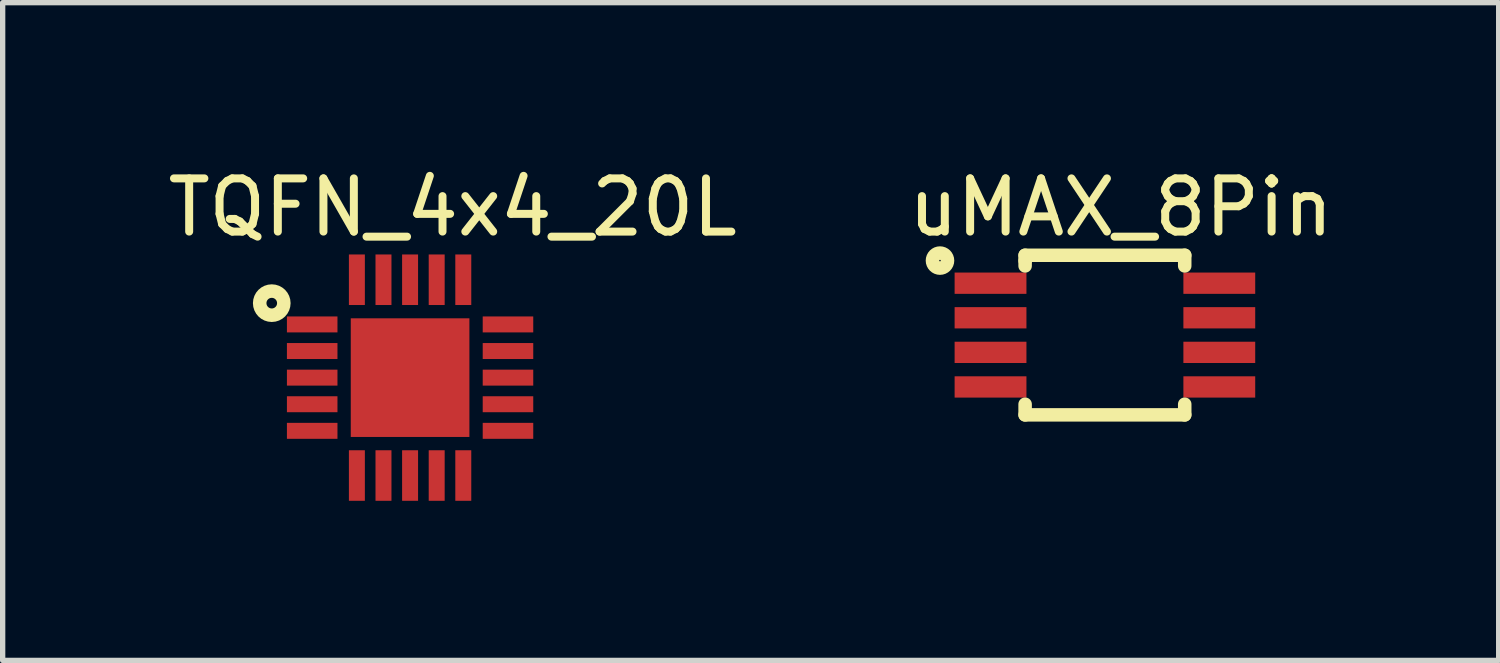
<source format=kicad_pcb>
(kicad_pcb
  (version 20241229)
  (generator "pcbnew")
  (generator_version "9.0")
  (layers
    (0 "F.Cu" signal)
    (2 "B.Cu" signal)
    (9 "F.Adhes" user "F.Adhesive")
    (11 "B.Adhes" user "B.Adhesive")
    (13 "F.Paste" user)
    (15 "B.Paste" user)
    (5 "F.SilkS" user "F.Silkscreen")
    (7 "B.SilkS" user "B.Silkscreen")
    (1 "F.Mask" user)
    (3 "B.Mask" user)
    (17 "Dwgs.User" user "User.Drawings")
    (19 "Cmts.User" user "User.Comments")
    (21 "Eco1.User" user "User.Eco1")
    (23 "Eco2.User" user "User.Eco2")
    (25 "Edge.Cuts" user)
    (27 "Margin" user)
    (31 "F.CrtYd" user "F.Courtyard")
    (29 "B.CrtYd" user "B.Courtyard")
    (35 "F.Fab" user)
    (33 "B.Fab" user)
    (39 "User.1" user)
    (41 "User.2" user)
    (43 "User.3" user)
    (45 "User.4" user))
  (footprint "TQFN_4x4_20L"
    (layer "F.Cu")
    (at 4.658 4.048)
    (property "Reference" "TQFN_4x4_20L" (at 0.8 -3.2 0) (layer "F.SilkS") (effects (font (size 1 1) (thickness 0.15))))
    (attr through_hole)
    (fp_circle (center -2.6 -1.4) (end -2.5 -1.4) (stroke (width 0.254) (type solid)) (fill no) (layer "F.SilkS"))
    (pad "1" smd rect (at -1.84 -1) (size 0.95 0.3) (layers "F.Cu" "F.Mask" "F.Paste"))
    (pad "2" smd rect (at -1.84 -0.5) (size 0.95 0.3) (layers "F.Cu" "F.Mask" "F.Paste"))
    (pad "3" smd rect (at -1.84 0) (size 0.95 0.3) (layers "F.Cu" "F.Mask" "F.Paste"))
    (pad "4" smd rect (at -1.84 0.5) (size 0.95 0.3) (layers "F.Cu" "F.Mask" "F.Paste"))
    (pad "5" smd rect (at -1.84 1) (size 0.95 0.3) (layers "F.Cu" "F.Mask" "F.Paste"))
    (pad "6" smd rect (at -1 1.84 90) (size 0.95 0.3) (layers "F.Cu" "F.Mask" "F.Paste"))
    (pad "7" smd rect (at -0.5 1.84 90) (size 0.95 0.3) (layers "F.Cu" "F.Mask" "F.Paste"))
    (pad "8" smd rect (at 0 1.84 90) (size 0.95 0.3) (layers "F.Cu" "F.Mask" "F.Paste"))
    (pad "9" smd rect (at 0.5 1.84 90) (size 0.95 0.3) (layers "F.Cu" "F.Mask" "F.Paste"))
    (pad "10" smd rect (at 1 1.84 90) (size 0.95 0.3) (layers "F.Cu" "F.Mask" "F.Paste"))
    (pad "11" smd rect (at 1.84 1) (size 0.95 0.3) (layers "F.Cu" "F.Mask" "F.Paste"))
    (pad "12" smd rect (at 1.84 0.5) (size 0.95 0.3) (layers "F.Cu" "F.Mask" "F.Paste"))
    (pad "13" smd rect (at 1.84 0) (size 0.95 0.3) (layers "F.Cu" "F.Mask" "F.Paste"))
    (pad "14" smd rect (at 1.84 -0.5) (size 0.95 0.3) (layers "F.Cu" "F.Mask" "F.Paste"))
    (pad "15" smd rect (at 1.84 -1) (size 0.95 0.3) (layers "F.Cu" "F.Mask" "F.Paste"))
    (pad "16" smd rect (at 1 -1.84 90) (size 0.95 0.3) (layers "F.Cu" "F.Mask" "F.Paste"))
    (pad "17" smd rect (at 0.5 -1.84 90) (size 0.95 0.3) (layers "F.Cu" "F.Mask" "F.Paste"))
    (pad "18" smd rect (at 0 -1.84 90) (size 0.95 0.3) (layers "F.Cu" "F.Mask" "F.Paste"))
    (pad "19" smd rect (at -0.5 -1.84 90) (size 0.95 0.3) (layers "F.Cu" "F.Mask" "F.Paste"))
    (pad "20" smd rect (at -1 -1.84 90) (size 0.95 0.3) (layers "F.Cu" "F.Mask" "F.Paste"))
    (pad "EP" smd rect (at 0 0) (size 2.23 2.23) (layers "F.Cu" "F.Mask" "F.Paste")))
  (footprint "uMAX_8Pin"
    (layer "F.Cu")
    (at 17.718 3.248)
    (property "Reference" "uMAX_8Pin" (at 0.3 -2.4 0) (layer "F.SilkS") (effects (font (size 1 1) (thickness 0.15))))
    (attr through_hole)
    (fp_line (start -1.5 -1.5) (end 1.5 -1.5) (stroke (width 0.254) (type solid)) (layer "F.SilkS"))
    (fp_line (start -1.5 -1.4) (end -1.5 -1.5) (stroke (width 0.254) (type solid)) (layer "F.SilkS"))
    (fp_line (start -1.5 -1.4) (end -1.5 -1.3) (stroke (width 0.254) (type solid)) (layer "F.SilkS"))
    (fp_line (start -1.5 1.5) (end -1.5 1.3) (stroke (width 0.254) (type solid)) (layer "F.SilkS"))
    (fp_line (start -1.5 1.5) (end 1.5 1.5) (stroke (width 0.254) (type solid)) (layer "F.SilkS"))
    (fp_line (start 1.5 -1.5) (end 1.5 -1.3) (stroke (width 0.254) (type solid)) (layer "F.SilkS"))
    (fp_line (start 1.5 1.5) (end 1.5 1.3) (stroke (width 0.254) (type solid)) (layer "F.SilkS"))
    (fp_circle (center -3.1 -1.4) (end -3.2 -1.5) (stroke (width 0.254) (type solid)) (fill no) (layer "F.SilkS"))
    (pad "1" smd rect (at -2.15 -0.975) (size 1.35 0.4) (layers "F.Cu" "F.Mask" "F.Paste"))
    (pad "2" smd rect (at -2.15 -0.325) (size 1.35 0.4) (layers "F.Cu" "F.Mask" "F.Paste"))
    (pad "3" smd rect (at -2.15 0.325) (size 1.35 0.4) (layers "F.Cu" "F.Mask" "F.Paste"))
    (pad "4" smd rect (at -2.15 0.975) (size 1.35 0.4) (layers "F.Cu" "F.Mask" "F.Paste"))
    (pad "5" smd rect (at 2.15 0.975) (size 1.35 0.4) (layers "F.Cu" "F.Mask" "F.Paste"))
    (pad "6" smd rect (at 2.15 0.325) (size 1.35 0.4) (layers "F.Cu" "F.Mask" "F.Paste"))
    (pad "7" smd rect (at 2.15 -0.325) (size 1.35 0.4) (layers "F.Cu" "F.Mask" "F.Paste"))
    (pad "8" smd rect (at 2.15 -0.975) (size 1.35 0.4) (layers "F.Cu" "F.Mask" "F.Paste")))
  (gr_rect
    (start -3 -3)
    (end 25.119 9.363)
    (stroke (width 0.1) (type default))
    (fill no)
    (layer "Edge.Cuts")))
</source>
